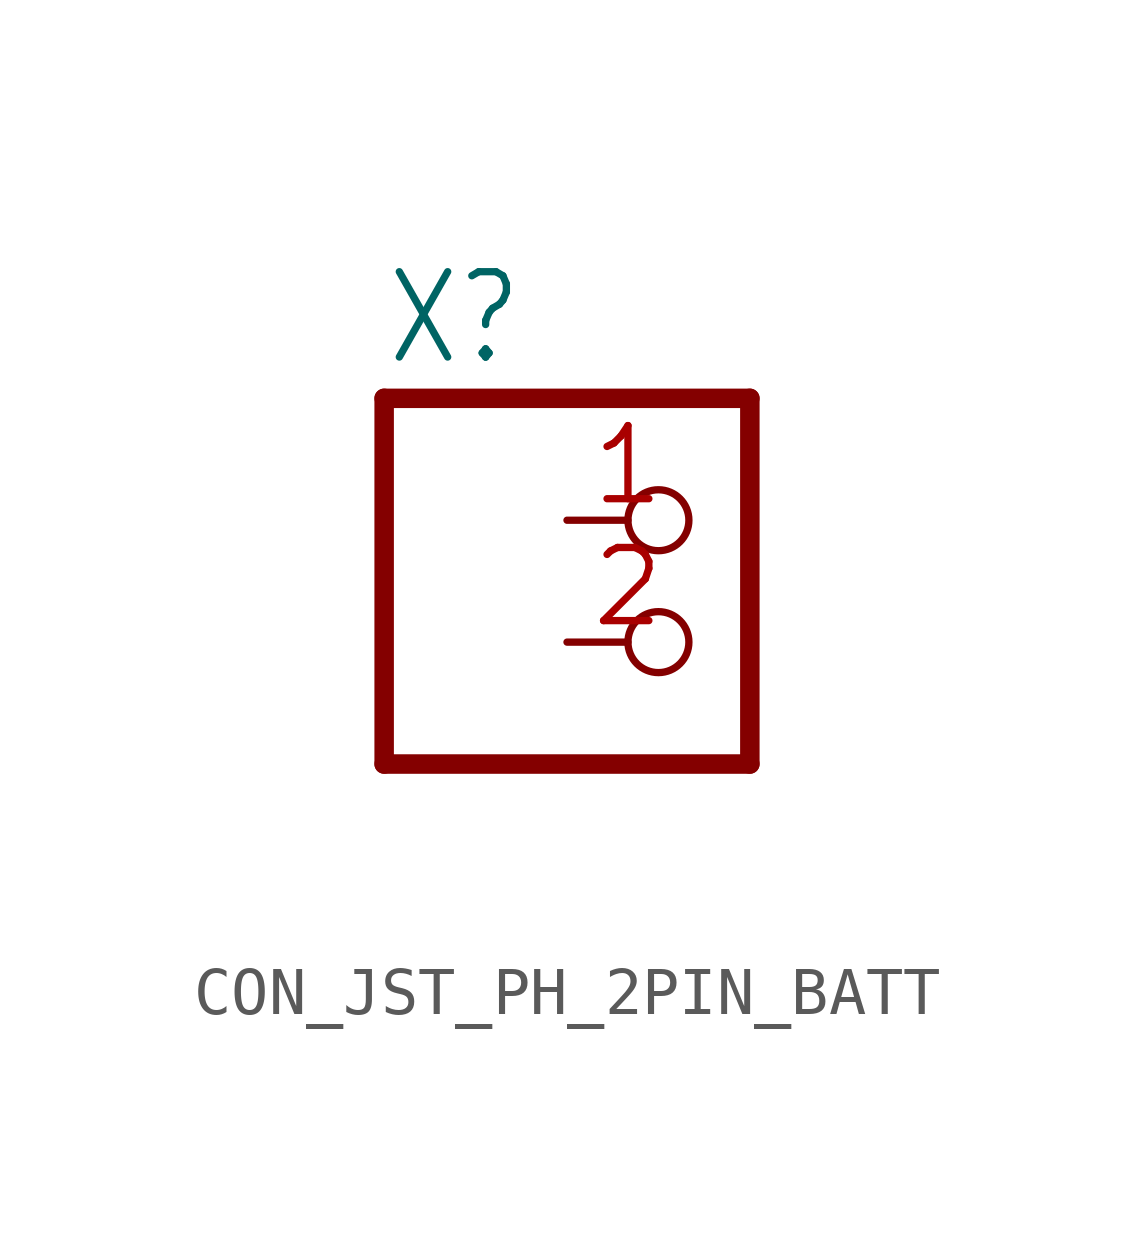
<source format=kicad_sym>
(kicad_symbol_lib
  (version 20241209)
  (generator "kicad_symbol_editor")
  (generator_version "9.0")
  (symbol "CON_JST_PH_2PIN_BATT"
    (property "Reference" "X"
      (at -6.35 5.715 0)
      (effects (font (size 1.778 1.511)) (justify left bottom)))
    (property "Value" ""
      (at -6.35 -5.08 0)
      (effects (font (size 1.778 1.511)) (justify left bottom)))
    (property "ki_locked" ""
      (at 0 0 0)
      (effects (font (size 1.27 1.27))))
    (symbol "CON_JST_PH_2PIN_BATT_1_0"
      (polyline (pts (xy -6.35 5.08) (xy -6.35 -2.54)) (stroke (width 0.406) (type solid)) (fill (type none)))
      (polyline (pts (xy -6.35 -2.54) (xy 1.27 -2.54)) (stroke (width 0.406) (type solid)) (fill (type none)))
      (polyline (pts (xy 1.27 5.08) (xy -6.35 5.08)) (stroke (width 0.406) (type solid)) (fill (type none)))
      (polyline (pts (xy 1.27 -2.54) (xy 1.27 5.08)) (stroke (width 0.406) (type solid)) (fill (type none)))
      (pin passive inverted (at -2.54 2.54 0) (length 2.54) (name "1" (effects (font (size 0 0)))) (number "1" (effects (font (size 1.524 1.524)))))
      (pin passive inverted (at -2.54 0 0) (length 2.54) (name "2" (effects (font (size 0 0)))) (number "2" (effects (font (size 1.524 1.524))))))))
</source>
